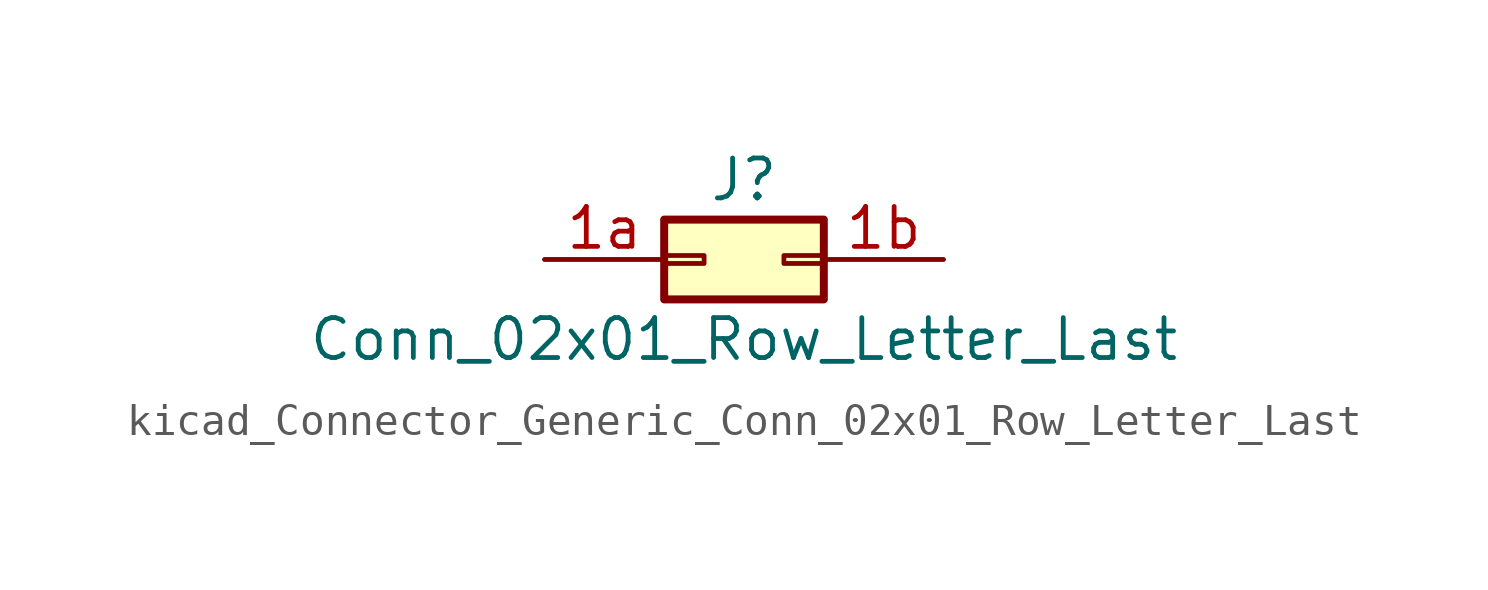
<source format=kicad_sym>
(kicad_symbol_lib
  (version 20220914)
  (generator kicad_symbol_editor)
  (symbol "kicad_Connector_Generic_Conn_02x01_Row_Letter_Last"
    (pin_names
      (offset 1.016) hide)
    (property "Reference" "J"
      (at 1.27 2.54 0)
      (effects (font (size 1.27 1.27))))
    (property "Value" "Conn_02x01_Row_Letter_Last"
      (at 1.27 -2.54 0)
      (effects (font (size 1.27 1.27))))
    (symbol "kicad_Connector_Generic_Conn_02x01_Row_Letter_Last_1_1"
      (rectangle (start -1.27 0.127) (end 0 -0.127) (stroke (width 0.152) (type default)) (fill (type none)))
      (rectangle (start -1.27 1.27) (end 3.81 -1.27) (stroke (width 0.254) (type default)) (fill (type background)))
      (rectangle (start 3.81 0.127) (end 2.54 -0.127) (stroke (width 0.152) (type default)) (fill (type none)))
      (pin passive line (at -5.08 0 0) (length 3.81) (name "Pin_1a" (effects (font (size 1.27 1.27)))) (number "1a" (effects (font (size 1.27 1.27)))))
      (pin passive line (at 7.62 0 180) (length 3.81) (name "Pin_1b" (effects (font (size 1.27 1.27)))) (number "1b" (effects (font (size 1.27 1.27))))))))
</source>
